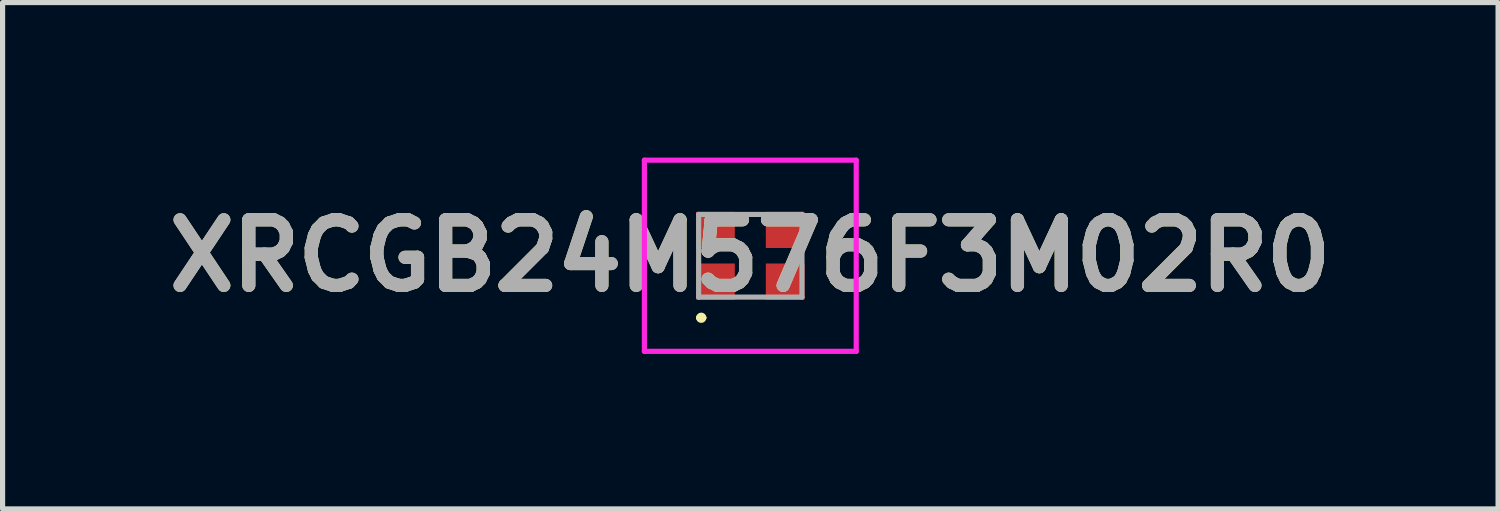
<source format=kicad_pcb>
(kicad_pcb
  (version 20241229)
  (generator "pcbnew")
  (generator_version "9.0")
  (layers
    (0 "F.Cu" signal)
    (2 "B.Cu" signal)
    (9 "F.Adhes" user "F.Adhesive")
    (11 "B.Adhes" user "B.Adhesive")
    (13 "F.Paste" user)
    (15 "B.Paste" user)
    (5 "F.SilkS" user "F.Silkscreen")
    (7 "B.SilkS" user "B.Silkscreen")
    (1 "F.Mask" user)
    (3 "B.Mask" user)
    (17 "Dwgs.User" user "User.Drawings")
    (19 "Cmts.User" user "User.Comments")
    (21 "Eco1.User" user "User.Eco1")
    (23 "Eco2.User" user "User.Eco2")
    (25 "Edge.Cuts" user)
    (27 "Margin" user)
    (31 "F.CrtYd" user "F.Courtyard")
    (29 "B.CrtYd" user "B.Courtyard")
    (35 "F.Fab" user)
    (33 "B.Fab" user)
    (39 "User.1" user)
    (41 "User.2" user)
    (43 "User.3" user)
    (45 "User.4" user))
  (footprint "XRCGB24M576F3M02R0"
    (layer "F.Cu")
    (at 11.472 1.9)
    (property "Reference" "XRCGB24M576F3M02R0" (at 0 0 0) (layer "F.SilkS") (effects (font (size 1.27 1.27) (thickness 0.254))))
    (attr smd)
    (fp_line (start -1 1.2) (end -1 1.2) (stroke (width 0.1) (type solid)) (layer "F.SilkS"))
    (fp_line (start -0.9 1.2) (end -0.9 1.2) (stroke (width 0.1) (type solid)) (layer "F.SilkS"))
    (fp_arc (start -1 1.2) (mid -0.95 1.15) (end -0.9 1.2) (stroke (width 0.1) (type solid)) (layer "F.SilkS"))
    (fp_arc (start -0.9 1.2) (mid -0.95 1.25) (end -1 1.2) (stroke (width 0.1) (type solid)) (layer "F.SilkS"))
    (fp_line (start -2.05 -1.85) (end 2.05 -1.85) (stroke (width 0.1) (type solid)) (layer "F.CrtYd"))
    (fp_line (start -2.05 1.85) (end -2.05 -1.85) (stroke (width 0.1) (type solid)) (layer "F.CrtYd"))
    (fp_line (start 2.05 -1.85) (end 2.05 1.85) (stroke (width 0.1) (type solid)) (layer "F.CrtYd"))
    (fp_line (start 2.05 1.85) (end -2.05 1.85) (stroke (width 0.1) (type solid)) (layer "F.CrtYd"))
    (fp_line (start -1 -0.8) (end 1 -0.8) (stroke (width 0.1) (type solid)) (layer "F.Fab"))
    (fp_line (start -1 0.8) (end -1 -0.8) (stroke (width 0.1) (type solid)) (layer "F.Fab"))
    (fp_line (start 1 -0.8) (end 1 0.8) (stroke (width 0.1) (type solid)) (layer "F.Fab"))
    (fp_line (start 1 0.8) (end -1 0.8) (stroke (width 0.1) (type solid)) (layer "F.Fab"))
    (fp_text user "${REFERENCE}" (at 0 0 0) (layer "F.Fab") (effects (font (size 1.27 1.27) (thickness 0.254))))
    (pad "1" smd rect (at -0.675 0.5 90) (size 0.7 0.75) (layers "F.Cu" "F.Mask" "F.Paste"))
    (pad "2" smd rect (at 0.675 0.5 90) (size 0.7 0.75) (layers "F.Cu" "F.Mask" "F.Paste"))
    (pad "3" smd rect (at 0.675 -0.5 90) (size 0.7 0.75) (layers "F.Cu" "F.Mask" "F.Paste"))
    (pad "4" smd rect (at -0.675 -0.5 90) (size 0.7 0.75) (layers "F.Cu" "F.Mask" "F.Paste")))
  (gr_rect
    (start -3 -3)
    (end 25.945 6.8)
    (stroke (width 0.1) (type default))
    (fill no)
    (layer "Edge.Cuts")))
</source>
